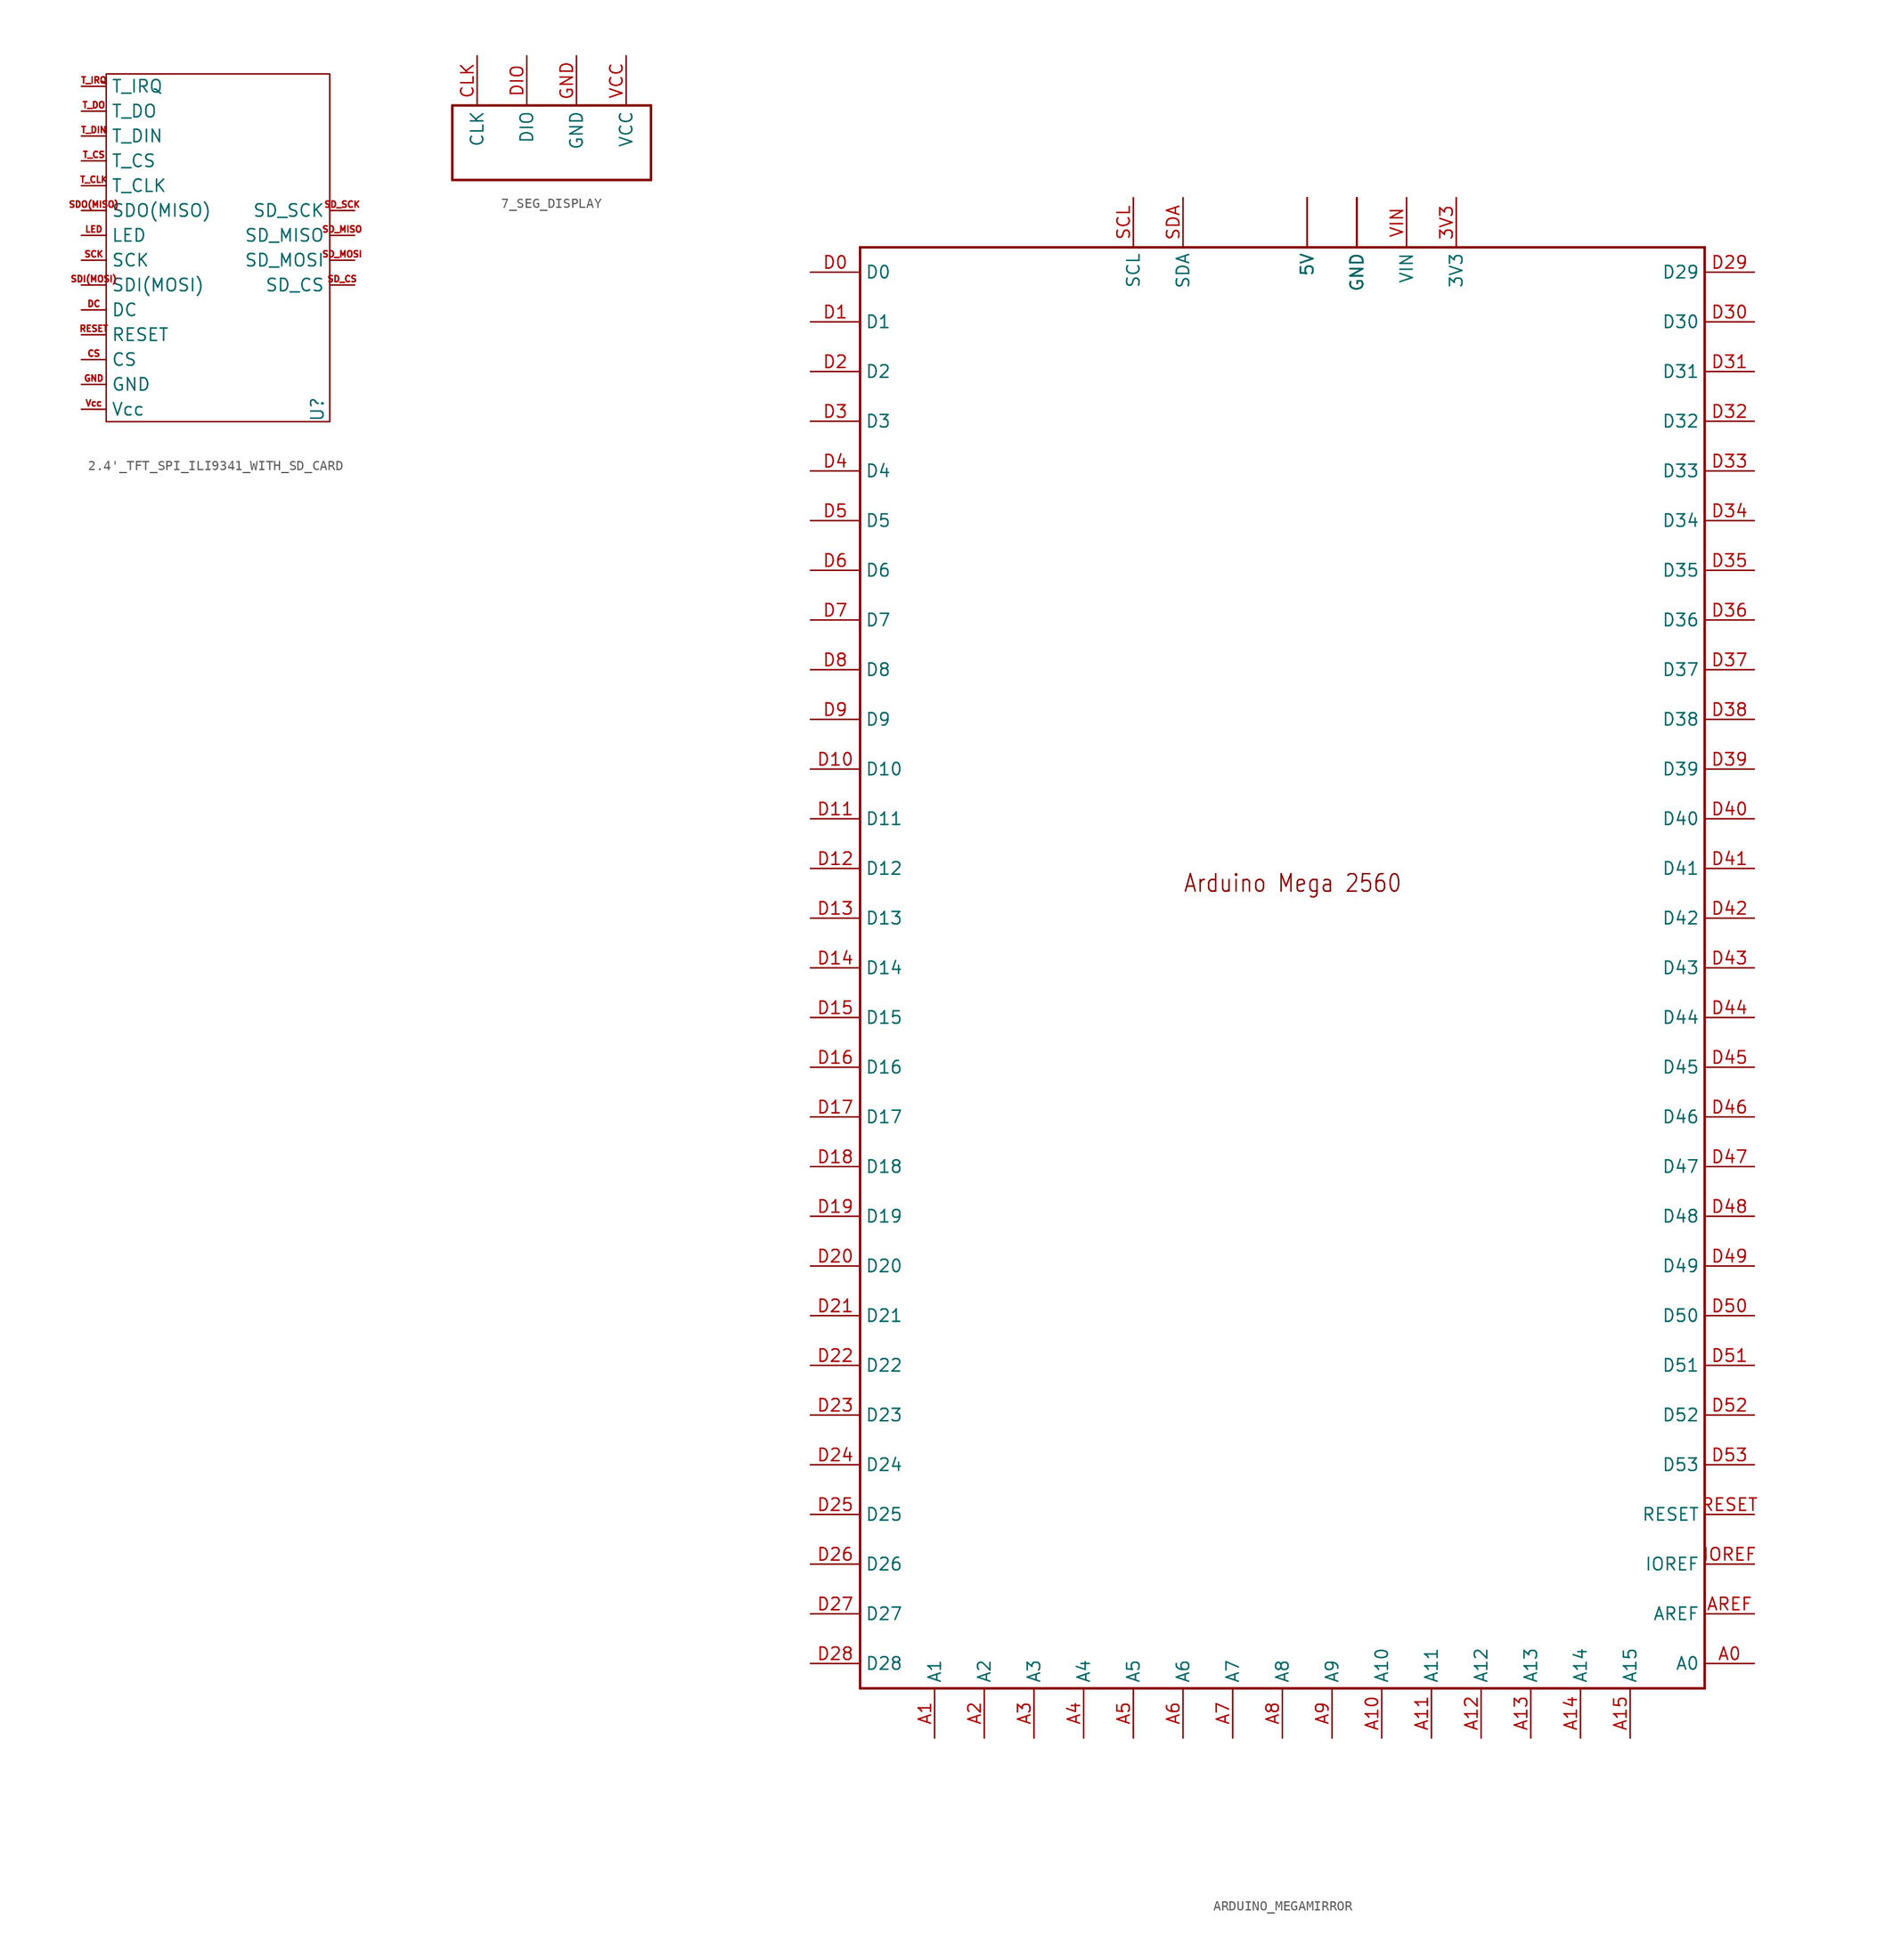
<source format=kicad_sym>
(kicad_symbol_lib
  (version 20231120)
  (generator "kicad_symbol_editor")
  (generator_version "8.0")
  (symbol "2.4'_TFT_SPI_ILI9341_WITH_SD_CARD"
    (property "Reference" "U"
      (at 10.16 -16.51 90)
      (effects (font (size 1.27 1.27))))
    (property "Value" ""
      (at 0 0 0)
      (effects (font (size 1.27 1.27))))
    (symbol "2.4'_TFT_SPI_ILI9341_WITH_SD_CARD_0_1"
      (rectangle (start -11.43 -17.78) (end 11.43 17.78) (stroke (width 0) (type default)) (fill (type none))))
    (symbol "2.4'_TFT_SPI_ILI9341_WITH_SD_CARD_1_1"
      (pin input line (at -13.97 -11.43 0) (length 2.54) (name "CS" (effects (font (size 1.27 1.27)))) (number "CS" (effects (font (size 0.635 0.635)))))
      (pin input line (at -13.97 -6.35 0) (length 2.54) (name "DC" (effects (font (size 1.27 1.27)))) (number "DC" (effects (font (size 0.635 0.635)))))
      (pin power_in line (at -13.97 -13.97 0) (length 2.54) (name "GND" (effects (font (size 1.27 1.27)))) (number "GND" (effects (font (size 0.635 0.635)))))
      (pin input line (at -13.97 1.27 0) (length 2.54) (name "LED" (effects (font (size 1.27 1.27)))) (number "LED" (effects (font (size 0.635 0.635)))))
      (pin input line (at -13.97 -8.89 0) (length 2.54) (name "RESET" (effects (font (size 1.27 1.27)))) (number "RESET" (effects (font (size 0.635 0.635)))))
      (pin input line (at -13.97 -1.27 0) (length 2.54) (name "SCK" (effects (font (size 1.27 1.27)))) (number "SCK" (effects (font (size 0.635 0.635)))))
      (pin input line (at -13.97 -3.81 0) (length 2.54) (name "SDI(MOSI)" (effects (font (size 1.27 1.27)))) (number "SDI(MOSI)" (effects (font (size 0.635 0.635)))))
      (pin output line (at -13.97 3.81 0) (length 2.54) (name "SDO(MISO)" (effects (font (size 1.27 1.27)))) (number "SDO(MISO)" (effects (font (size 0.635 0.635)))))
      (pin input line (at 13.97 -3.81 180) (length 2.54) (name "SD_CS" (effects (font (size 1.27 1.27)))) (number "SD_CS" (effects (font (size 0.635 0.635)))))
      (pin output line (at 13.97 1.27 180) (length 2.54) (name "SD_MISO" (effects (font (size 1.27 1.27)))) (number "SD_MISO" (effects (font (size 0.635 0.635)))))
      (pin input line (at 13.97 -1.27 180) (length 2.54) (name "SD_MOSI" (effects (font (size 1.27 1.27)))) (number "SD_MOSI" (effects (font (size 0.635 0.635)))))
      (pin input line (at 13.97 3.81 180) (length 2.54) (name "SD_SCK" (effects (font (size 1.27 1.27)))) (number "SD_SCK" (effects (font (size 0.635 0.635)))))
      (pin input line (at -13.97 6.35 0) (length 2.54) (name "T_CLK" (effects (font (size 1.27 1.27)))) (number "T_CLK" (effects (font (size 0.635 0.635)))))
      (pin input line (at -13.97 8.89 0) (length 2.54) (name "T_CS" (effects (font (size 1.27 1.27)))) (number "T_CS" (effects (font (size 0.635 0.635)))))
      (pin input line (at -13.97 11.43 0) (length 2.54) (name "T_DIN" (effects (font (size 1.27 1.27)))) (number "T_DIN" (effects (font (size 0.635 0.635)))))
      (pin output line (at -13.97 13.97 0) (length 2.54) (name "T_DO" (effects (font (size 1.27 1.27)))) (number "T_DO" (effects (font (size 0.635 0.635)))))
      (pin input line (at -13.97 16.51 0) (length 2.54) (name "T_IRQ" (effects (font (size 1.27 1.27)))) (number "T_IRQ" (effects (font (size 0.635 0.635)))))
      (pin power_in line (at -13.97 -16.51 0) (length 2.54) (name "Vcc" (effects (font (size 1.27 1.27)))) (number "Vcc" (effects (font (size 0.635 0.635)))))))
  (symbol "7_SEG_DISPLAY"
    (property "Reference" ""
      (at 0 0 0)
      (effects (font (size 1.27 1.27)) (hide yes)))
    (property "ki_locked" ""
      (at 0 0 0)
      (effects (font (size 1.27 1.27))))
    (symbol "7_SEG_DISPLAY_1_0"
      (polyline (pts (xy -10.16 -5.08) (xy -10.16 2.54)) (stroke (width 0.254) (type solid)) (fill (type none)))
      (polyline (pts (xy -10.16 2.54) (xy 10.16 2.54)) (stroke (width 0.254) (type solid)) (fill (type none)))
      (polyline (pts (xy 10.16 -5.08) (xy -10.16 -5.08)) (stroke (width 0.254) (type solid)) (fill (type none)))
      (polyline (pts (xy 10.16 2.54) (xy 10.16 -5.08)) (stroke (width 0.254) (type solid)) (fill (type none)))
      (pin bidirectional line (at -7.62 7.62 270) (length 5.08) (name "CLK" (effects (font (size 1.27 1.27)))) (number "CLK" (effects (font (size 1.27 1.27)))))
      (pin bidirectional line (at -2.54 7.62 270) (length 5.08) (name "DIO" (effects (font (size 1.27 1.27)))) (number "DIO" (effects (font (size 1.27 1.27)))))
      (pin bidirectional line (at 2.54 7.62 270) (length 5.08) (name "GND" (effects (font (size 1.27 1.27)))) (number "GND" (effects (font (size 1.27 1.27)))))
      (pin bidirectional line (at 7.62 7.62 270) (length 5.08) (name "VCC" (effects (font (size 1.27 1.27)))) (number "VCC" (effects (font (size 1.27 1.27)))))))
  (symbol "ARDUINO_MEGAMIRROR"
    (property "Reference" ""
      (at 0 0 0)
      (effects (font (size 1.27 1.27)) (hide yes)))
    (property "ki_locked" ""
      (at 0 0 0)
      (effects (font (size 1.27 1.27))))
    (symbol "ARDUINO_MEGAMIRROR_1_0"
      (polyline (pts (xy -43.18 -76.2) (xy 43.18 -76.2)) (stroke (width 0.254) (type solid)) (fill (type none)))
      (polyline (pts (xy -43.18 71.12) (xy -43.18 -76.2)) (stroke (width 0.254) (type solid)) (fill (type none)))
      (polyline (pts (xy 43.18 -76.2) (xy 43.18 71.12)) (stroke (width 0.254) (type solid)) (fill (type none)))
      (polyline (pts (xy 43.18 71.12) (xy -43.18 71.12)) (stroke (width 0.254) (type solid)) (fill (type none)))
      (text "Arduino Mega 2560" (at -10.16 5.08 0) (effects (font (size 1.778 1.511)) (justify left bottom)))
      (pin power_in line (at 17.78 76.2 270) (length 5.08) (name "3V3" (effects (font (size 1.27 1.27)))) (number "3V3" (effects (font (size 1.27 1.27)))))
      (pin power_in line (at 2.54 76.2 270) (length 5.08) (name "5V" (effects (font (size 1.27 1.27)))) (number "5V@1" (effects (font (size 0 0)))))
      (pin power_in line (at 2.54 76.2 270) (length 5.08) (name "5V" (effects (font (size 1.27 1.27)))) (number "5V@2" (effects (font (size 0 0)))))
      (pin power_in line (at 2.54 76.2 270) (length 5.08) (name "5V" (effects (font (size 1.27 1.27)))) (number "5V@3" (effects (font (size 0 0)))))
      (pin bidirectional line (at 48.26 -73.66 180) (length 5.08) (name "A0" (effects (font (size 1.27 1.27)))) (number "A0" (effects (font (size 1.27 1.27)))))
      (pin bidirectional line (at -35.56 -81.28 90) (length 5.08) (name "A1" (effects (font (size 1.27 1.27)))) (number "A1" (effects (font (size 1.27 1.27)))))
      (pin bidirectional line (at 10.16 -81.28 90) (length 5.08) (name "A10" (effects (font (size 1.27 1.27)))) (number "A10" (effects (font (size 1.27 1.27)))))
      (pin bidirectional line (at 15.24 -81.28 90) (length 5.08) (name "A11" (effects (font (size 1.27 1.27)))) (number "A11" (effects (font (size 1.27 1.27)))))
      (pin bidirectional line (at 20.32 -81.28 90) (length 5.08) (name "A12" (effects (font (size 1.27 1.27)))) (number "A12" (effects (font (size 1.27 1.27)))))
      (pin bidirectional line (at 25.4 -81.28 90) (length 5.08) (name "A13" (effects (font (size 1.27 1.27)))) (number "A13" (effects (font (size 1.27 1.27)))))
      (pin bidirectional line (at 30.48 -81.28 90) (length 5.08) (name "A14" (effects (font (size 1.27 1.27)))) (number "A14" (effects (font (size 1.27 1.27)))))
      (pin bidirectional line (at 35.56 -81.28 90) (length 5.08) (name "A15" (effects (font (size 1.27 1.27)))) (number "A15" (effects (font (size 1.27 1.27)))))
      (pin bidirectional line (at -30.48 -81.28 90) (length 5.08) (name "A2" (effects (font (size 1.27 1.27)))) (number "A2" (effects (font (size 1.27 1.27)))))
      (pin bidirectional line (at -25.4 -81.28 90) (length 5.08) (name "A3" (effects (font (size 1.27 1.27)))) (number "A3" (effects (font (size 1.27 1.27)))))
      (pin bidirectional line (at -20.32 -81.28 90) (length 5.08) (name "A4" (effects (font (size 1.27 1.27)))) (number "A4" (effects (font (size 1.27 1.27)))))
      (pin bidirectional line (at -15.24 -81.28 90) (length 5.08) (name "A5" (effects (font (size 1.27 1.27)))) (number "A5" (effects (font (size 1.27 1.27)))))
      (pin bidirectional line (at -10.16 -81.28 90) (length 5.08) (name "A6" (effects (font (size 1.27 1.27)))) (number "A6" (effects (font (size 1.27 1.27)))))
      (pin bidirectional line (at -5.08 -81.28 90) (length 5.08) (name "A7" (effects (font (size 1.27 1.27)))) (number "A7" (effects (font (size 1.27 1.27)))))
      (pin bidirectional line (at 0 -81.28 90) (length 5.08) (name "A8" (effects (font (size 1.27 1.27)))) (number "A8" (effects (font (size 1.27 1.27)))))
      (pin bidirectional line (at 5.08 -81.28 90) (length 5.08) (name "A9" (effects (font (size 1.27 1.27)))) (number "A9" (effects (font (size 1.27 1.27)))))
      (pin bidirectional line (at 48.26 -68.58 180) (length 5.08) (name "AREF" (effects (font (size 1.27 1.27)))) (number "AREF" (effects (font (size 1.27 1.27)))))
      (pin bidirectional line (at -48.26 68.58 0) (length 5.08) (name "D0" (effects (font (size 1.27 1.27)))) (number "D0" (effects (font (size 1.27 1.27)))))
      (pin bidirectional line (at -48.26 63.5 0) (length 5.08) (name "D1" (effects (font (size 1.27 1.27)))) (number "D1" (effects (font (size 1.27 1.27)))))
      (pin bidirectional line (at -48.26 17.78 0) (length 5.08) (name "D10" (effects (font (size 1.27 1.27)))) (number "D10" (effects (font (size 1.27 1.27)))))
      (pin bidirectional line (at -48.26 12.7 0) (length 5.08) (name "D11" (effects (font (size 1.27 1.27)))) (number "D11" (effects (font (size 1.27 1.27)))))
      (pin bidirectional line (at -48.26 7.62 0) (length 5.08) (name "D12" (effects (font (size 1.27 1.27)))) (number "D12" (effects (font (size 1.27 1.27)))))
      (pin bidirectional line (at -48.26 2.54 0) (length 5.08) (name "D13" (effects (font (size 1.27 1.27)))) (number "D13" (effects (font (size 1.27 1.27)))))
      (pin bidirectional line (at -48.26 -2.54 0) (length 5.08) (name "D14" (effects (font (size 1.27 1.27)))) (number "D14" (effects (font (size 1.27 1.27)))))
      (pin bidirectional line (at -48.26 -7.62 0) (length 5.08) (name "D15" (effects (font (size 1.27 1.27)))) (number "D15" (effects (font (size 1.27 1.27)))))
      (pin bidirectional line (at -48.26 -12.7 0) (length 5.08) (name "D16" (effects (font (size 1.27 1.27)))) (number "D16" (effects (font (size 1.27 1.27)))))
      (pin bidirectional line (at -48.26 -17.78 0) (length 5.08) (name "D17" (effects (font (size 1.27 1.27)))) (number "D17" (effects (font (size 1.27 1.27)))))
      (pin bidirectional line (at -48.26 -22.86 0) (length 5.08) (name "D18" (effects (font (size 1.27 1.27)))) (number "D18" (effects (font (size 1.27 1.27)))))
      (pin bidirectional line (at -48.26 -27.94 0) (length 5.08) (name "D19" (effects (font (size 1.27 1.27)))) (number "D19" (effects (font (size 1.27 1.27)))))
      (pin bidirectional line (at -48.26 58.42 0) (length 5.08) (name "D2" (effects (font (size 1.27 1.27)))) (number "D2" (effects (font (size 1.27 1.27)))))
      (pin bidirectional line (at -48.26 -33.02 0) (length 5.08) (name "D20" (effects (font (size 1.27 1.27)))) (number "D20" (effects (font (size 1.27 1.27)))))
      (pin bidirectional line (at -48.26 -38.1 0) (length 5.08) (name "D21" (effects (font (size 1.27 1.27)))) (number "D21" (effects (font (size 1.27 1.27)))))
      (pin bidirectional line (at -48.26 -43.18 0) (length 5.08) (name "D22" (effects (font (size 1.27 1.27)))) (number "D22" (effects (font (size 1.27 1.27)))))
      (pin bidirectional line (at -48.26 -48.26 0) (length 5.08) (name "D23" (effects (font (size 1.27 1.27)))) (number "D23" (effects (font (size 1.27 1.27)))))
      (pin bidirectional line (at -48.26 -53.34 0) (length 5.08) (name "D24" (effects (font (size 1.27 1.27)))) (number "D24" (effects (font (size 1.27 1.27)))))
      (pin bidirectional line (at -48.26 -58.42 0) (length 5.08) (name "D25" (effects (font (size 1.27 1.27)))) (number "D25" (effects (font (size 1.27 1.27)))))
      (pin bidirectional line (at -48.26 -63.5 0) (length 5.08) (name "D26" (effects (font (size 1.27 1.27)))) (number "D26" (effects (font (size 1.27 1.27)))))
      (pin bidirectional line (at -48.26 -68.58 0) (length 5.08) (name "D27" (effects (font (size 1.27 1.27)))) (number "D27" (effects (font (size 1.27 1.27)))))
      (pin bidirectional line (at -48.26 -73.66 0) (length 5.08) (name "D28" (effects (font (size 1.27 1.27)))) (number "D28" (effects (font (size 1.27 1.27)))))
      (pin bidirectional line (at 48.26 68.58 180) (length 5.08) (name "D29" (effects (font (size 1.27 1.27)))) (number "D29" (effects (font (size 1.27 1.27)))))
      (pin bidirectional line (at -48.26 53.34 0) (length 5.08) (name "D3" (effects (font (size 1.27 1.27)))) (number "D3" (effects (font (size 1.27 1.27)))))
      (pin bidirectional line (at 48.26 63.5 180) (length 5.08) (name "D30" (effects (font (size 1.27 1.27)))) (number "D30" (effects (font (size 1.27 1.27)))))
      (pin bidirectional line (at 48.26 58.42 180) (length 5.08) (name "D31" (effects (font (size 1.27 1.27)))) (number "D31" (effects (font (size 1.27 1.27)))))
      (pin bidirectional line (at 48.26 53.34 180) (length 5.08) (name "D32" (effects (font (size 1.27 1.27)))) (number "D32" (effects (font (size 1.27 1.27)))))
      (pin bidirectional line (at 48.26 48.26 180) (length 5.08) (name "D33" (effects (font (size 1.27 1.27)))) (number "D33" (effects (font (size 1.27 1.27)))))
      (pin bidirectional line (at 48.26 43.18 180) (length 5.08) (name "D34" (effects (font (size 1.27 1.27)))) (number "D34" (effects (font (size 1.27 1.27)))))
      (pin bidirectional line (at 48.26 38.1 180) (length 5.08) (name "D35" (effects (font (size 1.27 1.27)))) (number "D35" (effects (font (size 1.27 1.27)))))
      (pin bidirectional line (at 48.26 33.02 180) (length 5.08) (name "D36" (effects (font (size 1.27 1.27)))) (number "D36" (effects (font (size 1.27 1.27)))))
      (pin bidirectional line (at 48.26 27.94 180) (length 5.08) (name "D37" (effects (font (size 1.27 1.27)))) (number "D37" (effects (font (size 1.27 1.27)))))
      (pin bidirectional line (at 48.26 22.86 180) (length 5.08) (name "D38" (effects (font (size 1.27 1.27)))) (number "D38" (effects (font (size 1.27 1.27)))))
      (pin bidirectional line (at 48.26 17.78 180) (length 5.08) (name "D39" (effects (font (size 1.27 1.27)))) (number "D39" (effects (font (size 1.27 1.27)))))
      (pin bidirectional line (at -48.26 48.26 0) (length 5.08) (name "D4" (effects (font (size 1.27 1.27)))) (number "D4" (effects (font (size 1.27 1.27)))))
      (pin bidirectional line (at 48.26 12.7 180) (length 5.08) (name "D40" (effects (font (size 1.27 1.27)))) (number "D40" (effects (font (size 1.27 1.27)))))
      (pin bidirectional line (at 48.26 7.62 180) (length 5.08) (name "D41" (effects (font (size 1.27 1.27)))) (number "D41" (effects (font (size 1.27 1.27)))))
      (pin bidirectional line (at 48.26 2.54 180) (length 5.08) (name "D42" (effects (font (size 1.27 1.27)))) (number "D42" (effects (font (size 1.27 1.27)))))
      (pin bidirectional line (at 48.26 -2.54 180) (length 5.08) (name "D43" (effects (font (size 1.27 1.27)))) (number "D43" (effects (font (size 1.27 1.27)))))
      (pin bidirectional line (at 48.26 -7.62 180) (length 5.08) (name "D44" (effects (font (size 1.27 1.27)))) (number "D44" (effects (font (size 1.27 1.27)))))
      (pin bidirectional line (at 48.26 -12.7 180) (length 5.08) (name "D45" (effects (font (size 1.27 1.27)))) (number "D45" (effects (font (size 1.27 1.27)))))
      (pin bidirectional line (at 48.26 -17.78 180) (length 5.08) (name "D46" (effects (font (size 1.27 1.27)))) (number "D46" (effects (font (size 1.27 1.27)))))
      (pin bidirectional line (at 48.26 -22.86 180) (length 5.08) (name "D47" (effects (font (size 1.27 1.27)))) (number "D47" (effects (font (size 1.27 1.27)))))
      (pin bidirectional line (at 48.26 -27.94 180) (length 5.08) (name "D48" (effects (font (size 1.27 1.27)))) (number "D48" (effects (font (size 1.27 1.27)))))
      (pin bidirectional line (at 48.26 -33.02 180) (length 5.08) (name "D49" (effects (font (size 1.27 1.27)))) (number "D49" (effects (font (size 1.27 1.27)))))
      (pin bidirectional line (at -48.26 43.18 0) (length 5.08) (name "D5" (effects (font (size 1.27 1.27)))) (number "D5" (effects (font (size 1.27 1.27)))))
      (pin bidirectional line (at 48.26 -38.1 180) (length 5.08) (name "D50" (effects (font (size 1.27 1.27)))) (number "D50" (effects (font (size 1.27 1.27)))))
      (pin bidirectional line (at 48.26 -43.18 180) (length 5.08) (name "D51" (effects (font (size 1.27 1.27)))) (number "D51" (effects (font (size 1.27 1.27)))))
      (pin bidirectional line (at 48.26 -48.26 180) (length 5.08) (name "D52" (effects (font (size 1.27 1.27)))) (number "D52" (effects (font (size 1.27 1.27)))))
      (pin bidirectional line (at 48.26 -53.34 180) (length 5.08) (name "D53" (effects (font (size 1.27 1.27)))) (number "D53" (effects (font (size 1.27 1.27)))))
      (pin bidirectional line (at -48.26 38.1 0) (length 5.08) (name "D6" (effects (font (size 1.27 1.27)))) (number "D6" (effects (font (size 1.27 1.27)))))
      (pin bidirectional line (at -48.26 33.02 0) (length 5.08) (name "D7" (effects (font (size 1.27 1.27)))) (number "D7" (effects (font (size 1.27 1.27)))))
      (pin bidirectional line (at -48.26 27.94 0) (length 5.08) (name "D8" (effects (font (size 1.27 1.27)))) (number "D8" (effects (font (size 1.27 1.27)))))
      (pin bidirectional line (at -48.26 22.86 0) (length 5.08) (name "D9" (effects (font (size 1.27 1.27)))) (number "D9" (effects (font (size 1.27 1.27)))))
      (pin power_in line (at 7.62 76.2 270) (length 5.08) (name "GND" (effects (font (size 1.27 1.27)))) (number "GND@1" (effects (font (size 0 0)))))
      (pin power_in line (at 7.62 76.2 270) (length 5.08) (name "GND" (effects (font (size 1.27 1.27)))) (number "GND@2" (effects (font (size 0 0)))))
      (pin power_in line (at 7.62 76.2 270) (length 5.08) (name "GND" (effects (font (size 1.27 1.27)))) (number "GND@3" (effects (font (size 0 0)))))
      (pin power_in line (at 7.62 76.2 270) (length 5.08) (name "GND" (effects (font (size 1.27 1.27)))) (number "GND@4" (effects (font (size 0 0)))))
      (pin power_in line (at 7.62 76.2 270) (length 5.08) (name "GND" (effects (font (size 1.27 1.27)))) (number "GND@5" (effects (font (size 0 0)))))
      (pin bidirectional line (at 48.26 -63.5 180) (length 5.08) (name "IOREF" (effects (font (size 1.27 1.27)))) (number "IOREF" (effects (font (size 1.27 1.27)))))
      (pin bidirectional line (at 48.26 -58.42 180) (length 5.08) (name "RESET" (effects (font (size 1.27 1.27)))) (number "RESET" (effects (font (size 1.27 1.27)))))
      (pin bidirectional line (at -15.24 76.2 270) (length 5.08) (name "SCL" (effects (font (size 1.27 1.27)))) (number "SCL" (effects (font (size 1.27 1.27)))))
      (pin bidirectional line (at -10.16 76.2 270) (length 5.08) (name "SDA" (effects (font (size 1.27 1.27)))) (number "SDA" (effects (font (size 1.27 1.27)))))
      (pin power_in line (at 12.7 76.2 270) (length 5.08) (name "VIN" (effects (font (size 1.27 1.27)))) (number "VIN" (effects (font (size 1.27 1.27))))))))
</source>
